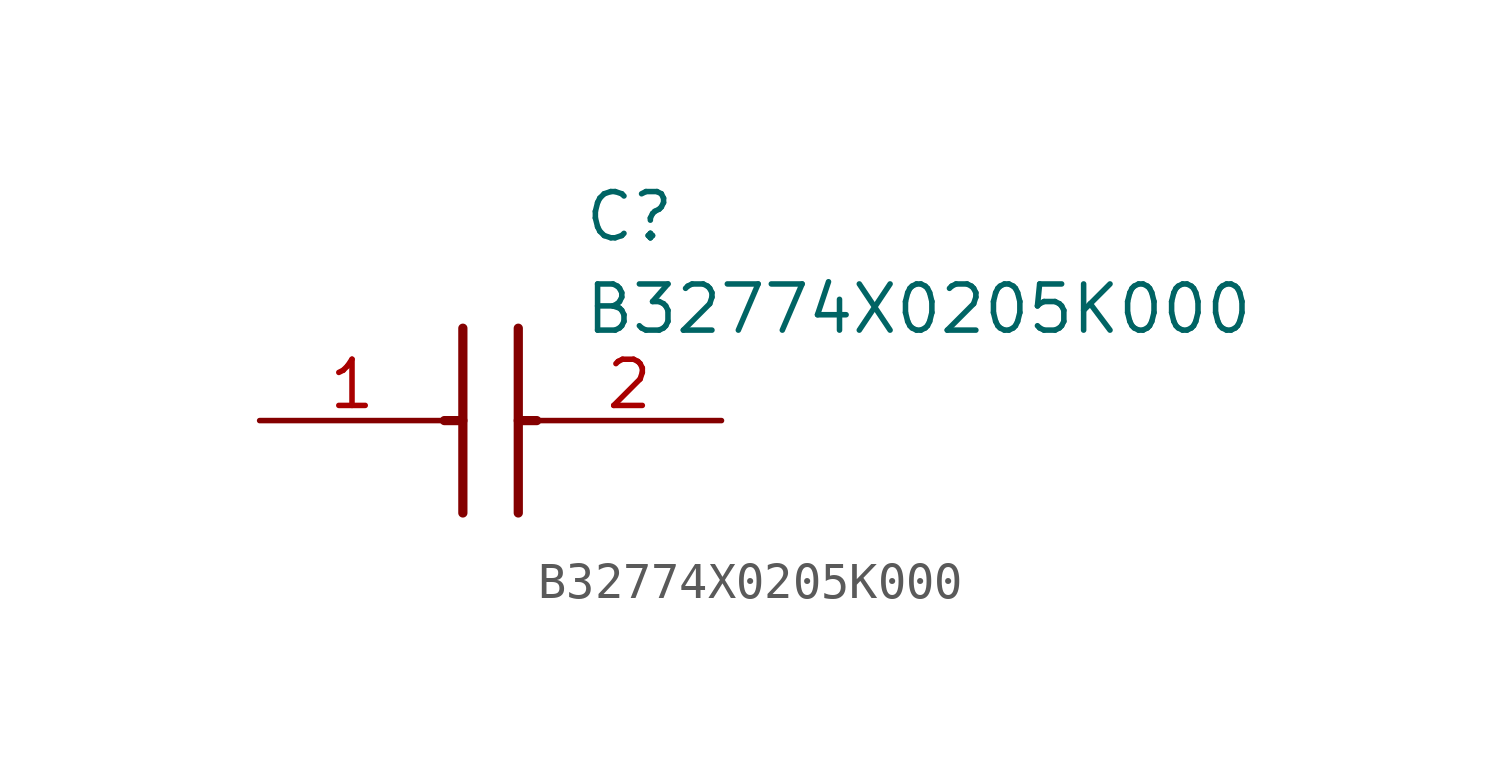
<source format=kicad_sym>
(kicad_symbol_lib
  (version 20211014)
  (generator SamacSys_ECAD_Model)
  (symbol "B32774X0205K000"
    (pin_names hide)
    (property "Reference" "C"
      (at 8.89 6.35 0)
      (effects (font (size 1.27 1.27)) (justify left top)))
    (property "Value" "B32774X0205K000"
      (at 8.89 3.81 0)
      (effects (font (size 1.27 1.27)) (justify left top)))
    (polyline
      (pts (xy 5.588 2.54) (xy 5.588 -2.54))
      (stroke (width 0.254) (type default))
      (fill (type none)))
    (polyline
      (pts (xy 7.112 2.54) (xy 7.112 -2.54))
      (stroke (width 0.254) (type default))
      (fill (type none)))
    (polyline
      (pts (xy 5.08 0) (xy 5.588 0))
      (stroke (width 0.254) (type default))
      (fill (type none)))
    (polyline
      (pts (xy 7.112 0) (xy 7.62 0))
      (stroke (width 0.254) (type default))
      (fill (type none)))
    (pin passive line
      (at 0 0 0)
      (length 5.08)
      (name "1" (effects (font (size 1.27 1.27))))
      (number "1" (effects (font (size 1.27 1.27)))))
    (pin passive line
      (at 12.7 0 180)
      (length 5.08)
      (name "2" (effects (font (size 1.27 1.27))))
      (number "2" (effects (font (size 1.27 1.27)))))))
</source>
